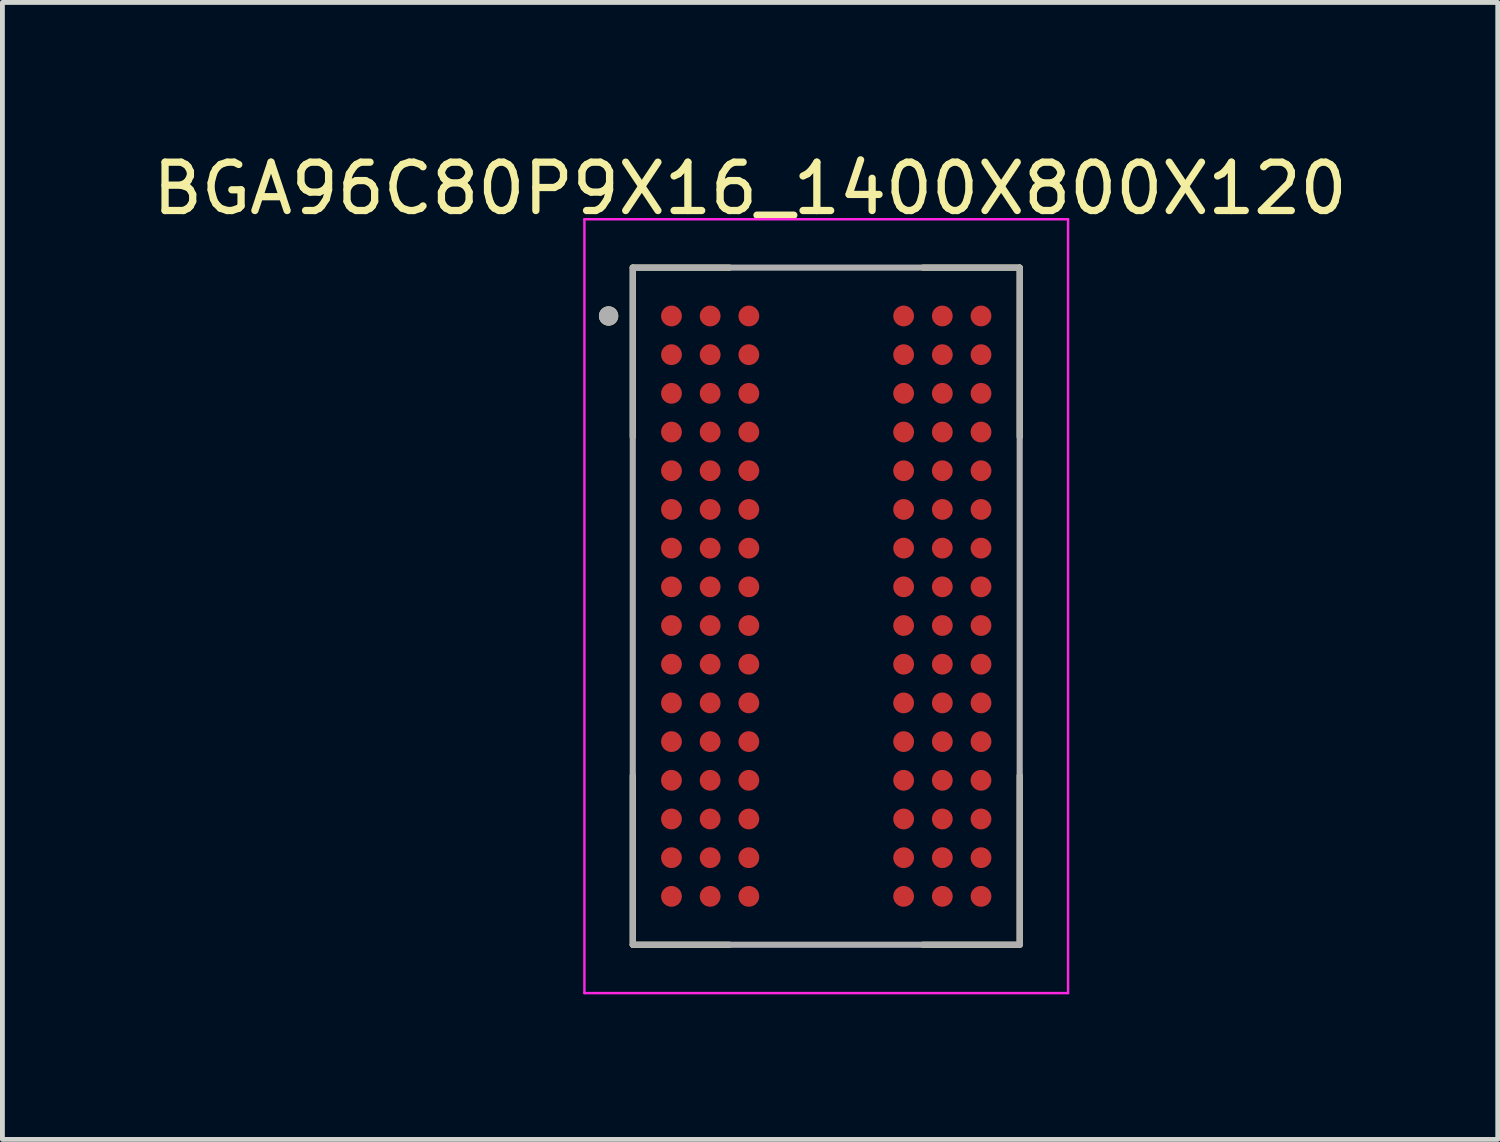
<source format=kicad_pcb>
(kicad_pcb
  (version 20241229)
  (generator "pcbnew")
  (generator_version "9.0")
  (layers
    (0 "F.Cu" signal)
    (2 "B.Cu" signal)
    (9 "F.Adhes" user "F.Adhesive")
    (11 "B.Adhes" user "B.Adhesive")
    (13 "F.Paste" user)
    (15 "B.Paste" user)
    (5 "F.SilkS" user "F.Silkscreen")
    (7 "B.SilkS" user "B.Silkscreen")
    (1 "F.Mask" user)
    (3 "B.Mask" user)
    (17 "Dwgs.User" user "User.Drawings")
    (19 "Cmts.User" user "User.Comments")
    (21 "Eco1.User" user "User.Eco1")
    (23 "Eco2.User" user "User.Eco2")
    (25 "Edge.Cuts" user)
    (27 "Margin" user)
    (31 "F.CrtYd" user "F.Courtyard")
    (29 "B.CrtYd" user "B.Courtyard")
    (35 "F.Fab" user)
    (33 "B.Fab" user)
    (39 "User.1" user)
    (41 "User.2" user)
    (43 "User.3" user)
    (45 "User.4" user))
  (footprint "BGA96C80P9X16_1400X800X120"
    (layer "F.Cu")
    (at 14.033 9.483)
    (property "Reference" "BGA96C80P9X16_1400X800X120" (at -1.575 -8.635 0) (layer "F.SilkS") (effects (font (size 1 1) (thickness 0.15))))
    (attr through_hole)
    (fp_line (start -4 -7) (end -4 -3.5) (stroke (width 0.127) (type solid)) (layer "F.SilkS"))
    (fp_line (start -4 -7) (end -2 -7) (stroke (width 0.127) (type solid)) (layer "F.SilkS"))
    (fp_line (start -4 7) (end -4 3.5) (stroke (width 0.127) (type solid)) (layer "F.SilkS"))
    (fp_line (start -4 7) (end -2 7) (stroke (width 0.127) (type solid)) (layer "F.SilkS"))
    (fp_line (start 4 -7) (end 2 -7) (stroke (width 0.127) (type solid)) (layer "F.SilkS"))
    (fp_line (start 4 -7) (end 4 -3.5) (stroke (width 0.127) (type solid)) (layer "F.SilkS"))
    (fp_line (start 4 7) (end 2 7) (stroke (width 0.127) (type solid)) (layer "F.SilkS"))
    (fp_line (start 4 7) (end 4 3.5) (stroke (width 0.127) (type solid)) (layer "F.SilkS"))
    (fp_circle (center -4.5 -6) (end -4.4 -6) (stroke (width 0.2) (type solid)) (fill no) (layer "F.SilkS"))
    (fp_line (start -5 -8) (end 5 -8) (stroke (width 0.05) (type solid)) (layer "F.CrtYd"))
    (fp_line (start -5 8) (end -5 -8) (stroke (width 0.05) (type solid)) (layer "F.CrtYd"))
    (fp_line (start -5 8) (end 5 8) (stroke (width 0.05) (type solid)) (layer "F.CrtYd"))
    (fp_line (start 5 8) (end 5 -8) (stroke (width 0.05) (type solid)) (layer "F.CrtYd"))
    (fp_line (start -4 7) (end -4 -7) (stroke (width 0.127) (type solid)) (layer "F.Fab"))
    (fp_line (start 4 -7) (end -4 -7) (stroke (width 0.127) (type solid)) (layer "F.Fab"))
    (fp_line (start 4 7) (end -4 7) (stroke (width 0.127) (type solid)) (layer "F.Fab"))
    (fp_line (start 4 7) (end 4 -7) (stroke (width 0.127) (type solid)) (layer "F.Fab"))
    (fp_circle (center -4.5 -6) (end -4.4 -6) (stroke (width 0.2) (type solid)) (fill no) (layer "F.Fab"))
    (pad "A1" smd circle (at -3.2 -6) (size 0.43 0.43) (layers "F.Cu" "F.Mask" "F.Paste"))
    (pad "A2" smd circle (at -2.4 -6) (size 0.43 0.43) (layers "F.Cu" "F.Mask" "F.Paste"))
    (pad "A3" smd circle (at -1.6 -6) (size 0.43 0.43) (layers "F.Cu" "F.Mask" "F.Paste"))
    (pad "A7" smd circle (at 1.6 -6) (size 0.43 0.43) (layers "F.Cu" "F.Mask" "F.Paste"))
    (pad "A8" smd circle (at 2.4 -6) (size 0.43 0.43) (layers "F.Cu" "F.Mask" "F.Paste"))
    (pad "A9" smd circle (at 3.2 -6) (size 0.43 0.43) (layers "F.Cu" "F.Mask" "F.Paste"))
    (pad "B1" smd circle (at -3.2 -5.2) (size 0.43 0.43) (layers "F.Cu" "F.Mask" "F.Paste"))
    (pad "B2" smd circle (at -2.4 -5.2) (size 0.43 0.43) (layers "F.Cu" "F.Mask" "F.Paste"))
    (pad "B3" smd circle (at -1.6 -5.2) (size 0.43 0.43) (layers "F.Cu" "F.Mask" "F.Paste"))
    (pad "B7" smd circle (at 1.6 -5.2) (size 0.43 0.43) (layers "F.Cu" "F.Mask" "F.Paste"))
    (pad "B8" smd circle (at 2.4 -5.2) (size 0.43 0.43) (layers "F.Cu" "F.Mask" "F.Paste"))
    (pad "B9" smd circle (at 3.2 -5.2) (size 0.43 0.43) (layers "F.Cu" "F.Mask" "F.Paste"))
    (pad "C1" smd circle (at -3.2 -4.4) (size 0.43 0.43) (layers "F.Cu" "F.Mask" "F.Paste"))
    (pad "C2" smd circle (at -2.4 -4.4) (size 0.43 0.43) (layers "F.Cu" "F.Mask" "F.Paste"))
    (pad "C3" smd circle (at -1.6 -4.4) (size 0.43 0.43) (layers "F.Cu" "F.Mask" "F.Paste"))
    (pad "C7" smd circle (at 1.6 -4.4) (size 0.43 0.43) (layers "F.Cu" "F.Mask" "F.Paste"))
    (pad "C8" smd circle (at 2.4 -4.4) (size 0.43 0.43) (layers "F.Cu" "F.Mask" "F.Paste"))
    (pad "C9" smd circle (at 3.2 -4.4) (size 0.43 0.43) (layers "F.Cu" "F.Mask" "F.Paste"))
    (pad "D1" smd circle (at -3.2 -3.6) (size 0.43 0.43) (layers "F.Cu" "F.Mask" "F.Paste"))
    (pad "D2" smd circle (at -2.4 -3.6) (size 0.43 0.43) (layers "F.Cu" "F.Mask" "F.Paste"))
    (pad "D3" smd circle (at -1.6 -3.6) (size 0.43 0.43) (layers "F.Cu" "F.Mask" "F.Paste"))
    (pad "D7" smd circle (at 1.6 -3.6) (size 0.43 0.43) (layers "F.Cu" "F.Mask" "F.Paste"))
    (pad "D8" smd circle (at 2.4 -3.6) (size 0.43 0.43) (layers "F.Cu" "F.Mask" "F.Paste"))
    (pad "D9" smd circle (at 3.2 -3.6) (size 0.43 0.43) (layers "F.Cu" "F.Mask" "F.Paste"))
    (pad "E1" smd circle (at -3.2 -2.8) (size 0.43 0.43) (layers "F.Cu" "F.Mask" "F.Paste"))
    (pad "E2" smd circle (at -2.4 -2.8) (size 0.43 0.43) (layers "F.Cu" "F.Mask" "F.Paste"))
    (pad "E3" smd circle (at -1.6 -2.8) (size 0.43 0.43) (layers "F.Cu" "F.Mask" "F.Paste"))
    (pad "E7" smd circle (at 1.6 -2.8) (size 0.43 0.43) (layers "F.Cu" "F.Mask" "F.Paste"))
    (pad "E8" smd circle (at 2.4 -2.8) (size 0.43 0.43) (layers "F.Cu" "F.Mask" "F.Paste"))
    (pad "E9" smd circle (at 3.2 -2.8) (size 0.43 0.43) (layers "F.Cu" "F.Mask" "F.Paste"))
    (pad "F1" smd circle (at -3.2 -2) (size 0.43 0.43) (layers "F.Cu" "F.Mask" "F.Paste"))
    (pad "F2" smd circle (at -2.4 -2) (size 0.43 0.43) (layers "F.Cu" "F.Mask" "F.Paste"))
    (pad "F3" smd circle (at -1.6 -2) (size 0.43 0.43) (layers "F.Cu" "F.Mask" "F.Paste"))
    (pad "F7" smd circle (at 1.6 -2) (size 0.43 0.43) (layers "F.Cu" "F.Mask" "F.Paste"))
    (pad "F8" smd circle (at 2.4 -2) (size 0.43 0.43) (layers "F.Cu" "F.Mask" "F.Paste"))
    (pad "F9" smd circle (at 3.2 -2) (size 0.43 0.43) (layers "F.Cu" "F.Mask" "F.Paste"))
    (pad "G1" smd circle (at -3.2 -1.2) (size 0.43 0.43) (layers "F.Cu" "F.Mask" "F.Paste"))
    (pad "G2" smd circle (at -2.4 -1.2) (size 0.43 0.43) (layers "F.Cu" "F.Mask" "F.Paste"))
    (pad "G3" smd circle (at -1.6 -1.2) (size 0.43 0.43) (layers "F.Cu" "F.Mask" "F.Paste"))
    (pad "G7" smd circle (at 1.6 -1.2) (size 0.43 0.43) (layers "F.Cu" "F.Mask" "F.Paste"))
    (pad "G8" smd circle (at 2.4 -1.2) (size 0.43 0.43) (layers "F.Cu" "F.Mask" "F.Paste"))
    (pad "G9" smd circle (at 3.2 -1.2) (size 0.43 0.43) (layers "F.Cu" "F.Mask" "F.Paste"))
    (pad "H1" smd circle (at -3.2 -0.4) (size 0.43 0.43) (layers "F.Cu" "F.Mask" "F.Paste"))
    (pad "H2" smd circle (at -2.4 -0.4) (size 0.43 0.43) (layers "F.Cu" "F.Mask" "F.Paste"))
    (pad "H3" smd circle (at -1.6 -0.4) (size 0.43 0.43) (layers "F.Cu" "F.Mask" "F.Paste"))
    (pad "H7" smd circle (at 1.6 -0.4) (size 0.43 0.43) (layers "F.Cu" "F.Mask" "F.Paste"))
    (pad "H8" smd circle (at 2.4 -0.4) (size 0.43 0.43) (layers "F.Cu" "F.Mask" "F.Paste"))
    (pad "H9" smd circle (at 3.2 -0.4) (size 0.43 0.43) (layers "F.Cu" "F.Mask" "F.Paste"))
    (pad "J1" smd circle (at -3.2 0.4) (size 0.43 0.43) (layers "F.Cu" "F.Mask" "F.Paste"))
    (pad "J2" smd circle (at -2.4 0.4) (size 0.43 0.43) (layers "F.Cu" "F.Mask" "F.Paste"))
    (pad "J3" smd circle (at -1.6 0.4) (size 0.43 0.43) (layers "F.Cu" "F.Mask" "F.Paste"))
    (pad "J7" smd circle (at 1.6 0.4) (size 0.43 0.43) (layers "F.Cu" "F.Mask" "F.Paste"))
    (pad "J8" smd circle (at 2.4 0.4) (size 0.43 0.43) (layers "F.Cu" "F.Mask" "F.Paste"))
    (pad "J9" smd circle (at 3.2 0.4) (size 0.43 0.43) (layers "F.Cu" "F.Mask" "F.Paste"))
    (pad "K1" smd circle (at -3.2 1.2) (size 0.43 0.43) (layers "F.Cu" "F.Mask" "F.Paste"))
    (pad "K2" smd circle (at -2.4 1.2) (size 0.43 0.43) (layers "F.Cu" "F.Mask" "F.Paste"))
    (pad "K3" smd circle (at -1.6 1.2) (size 0.43 0.43) (layers "F.Cu" "F.Mask" "F.Paste"))
    (pad "K7" smd circle (at 1.6 1.2) (size 0.43 0.43) (layers "F.Cu" "F.Mask" "F.Paste"))
    (pad "K8" smd circle (at 2.4 1.2) (size 0.43 0.43) (layers "F.Cu" "F.Mask" "F.Paste"))
    (pad "K9" smd circle (at 3.2 1.2) (size 0.43 0.43) (layers "F.Cu" "F.Mask" "F.Paste"))
    (pad "L1" smd circle (at -3.2 2) (size 0.43 0.43) (layers "F.Cu" "F.Mask" "F.Paste"))
    (pad "L2" smd circle (at -2.4 2) (size 0.43 0.43) (layers "F.Cu" "F.Mask" "F.Paste"))
    (pad "L3" smd circle (at -1.6 2) (size 0.43 0.43) (layers "F.Cu" "F.Mask" "F.Paste"))
    (pad "L7" smd circle (at 1.6 2) (size 0.43 0.43) (layers "F.Cu" "F.Mask" "F.Paste"))
    (pad "L8" smd circle (at 2.4 2) (size 0.43 0.43) (layers "F.Cu" "F.Mask" "F.Paste"))
    (pad "L9" smd circle (at 3.2 2) (size 0.43 0.43) (layers "F.Cu" "F.Mask" "F.Paste"))
    (pad "M1" smd circle (at -3.2 2.8) (size 0.43 0.43) (layers "F.Cu" "F.Mask" "F.Paste"))
    (pad "M2" smd circle (at -2.4 2.8) (size 0.43 0.43) (layers "F.Cu" "F.Mask" "F.Paste"))
    (pad "M3" smd circle (at -1.6 2.8) (size 0.43 0.43) (layers "F.Cu" "F.Mask" "F.Paste"))
    (pad "M7" smd circle (at 1.6 2.8) (size 0.43 0.43) (layers "F.Cu" "F.Mask" "F.Paste"))
    (pad "M8" smd circle (at 2.4 2.8) (size 0.43 0.43) (layers "F.Cu" "F.Mask" "F.Paste"))
    (pad "M9" smd circle (at 3.2 2.8) (size 0.43 0.43) (layers "F.Cu" "F.Mask" "F.Paste"))
    (pad "N1" smd circle (at -3.2 3.6) (size 0.43 0.43) (layers "F.Cu" "F.Mask" "F.Paste"))
    (pad "N2" smd circle (at -2.4 3.6) (size 0.43 0.43) (layers "F.Cu" "F.Mask" "F.Paste"))
    (pad "N3" smd circle (at -1.6 3.6) (size 0.43 0.43) (layers "F.Cu" "F.Mask" "F.Paste"))
    (pad "N7" smd circle (at 1.6 3.6) (size 0.43 0.43) (layers "F.Cu" "F.Mask" "F.Paste"))
    (pad "N8" smd circle (at 2.4 3.6) (size 0.43 0.43) (layers "F.Cu" "F.Mask" "F.Paste"))
    (pad "N9" smd circle (at 3.2 3.6) (size 0.43 0.43) (layers "F.Cu" "F.Mask" "F.Paste"))
    (pad "P1" smd circle (at -3.2 4.4) (size 0.43 0.43) (layers "F.Cu" "F.Mask" "F.Paste"))
    (pad "P2" smd circle (at -2.4 4.4) (size 0.43 0.43) (layers "F.Cu" "F.Mask" "F.Paste"))
    (pad "P3" smd circle (at -1.6 4.4) (size 0.43 0.43) (layers "F.Cu" "F.Mask" "F.Paste"))
    (pad "P7" smd circle (at 1.6 4.4) (size 0.43 0.43) (layers "F.Cu" "F.Mask" "F.Paste"))
    (pad "P8" smd circle (at 2.4 4.4) (size 0.43 0.43) (layers "F.Cu" "F.Mask" "F.Paste"))
    (pad "P9" smd circle (at 3.2 4.4) (size 0.43 0.43) (layers "F.Cu" "F.Mask" "F.Paste"))
    (pad "R1" smd circle (at -3.2 5.2) (size 0.43 0.43) (layers "F.Cu" "F.Mask" "F.Paste"))
    (pad "R2" smd circle (at -2.4 5.2) (size 0.43 0.43) (layers "F.Cu" "F.Mask" "F.Paste"))
    (pad "R3" smd circle (at -1.6 5.2) (size 0.43 0.43) (layers "F.Cu" "F.Mask" "F.Paste"))
    (pad "R7" smd circle (at 1.6 5.2) (size 0.43 0.43) (layers "F.Cu" "F.Mask" "F.Paste"))
    (pad "R8" smd circle (at 2.4 5.2) (size 0.43 0.43) (layers "F.Cu" "F.Mask" "F.Paste"))
    (pad "R9" smd circle (at 3.2 5.2) (size 0.43 0.43) (layers "F.Cu" "F.Mask" "F.Paste"))
    (pad "T1" smd circle (at -3.2 6) (size 0.43 0.43) (layers "F.Cu" "F.Mask" "F.Paste"))
    (pad "T2" smd circle (at -2.4 6) (size 0.43 0.43) (layers "F.Cu" "F.Mask" "F.Paste"))
    (pad "T3" smd circle (at -1.6 6) (size 0.43 0.43) (layers "F.Cu" "F.Mask" "F.Paste"))
    (pad "T7" smd circle (at 1.6 6) (size 0.43 0.43) (layers "F.Cu" "F.Mask" "F.Paste"))
    (pad "T8" smd circle (at 2.4 6) (size 0.43 0.43) (layers "F.Cu" "F.Mask" "F.Paste"))
    (pad "T9" smd circle (at 3.2 6) (size 0.43 0.43) (layers "F.Cu" "F.Mask" "F.Paste")))
  (gr_rect
    (start -3 -3)
    (end 27.917 20.508)
    (stroke (width 0.1) (type default))
    (fill no)
    (layer "Edge.Cuts")))
</source>
